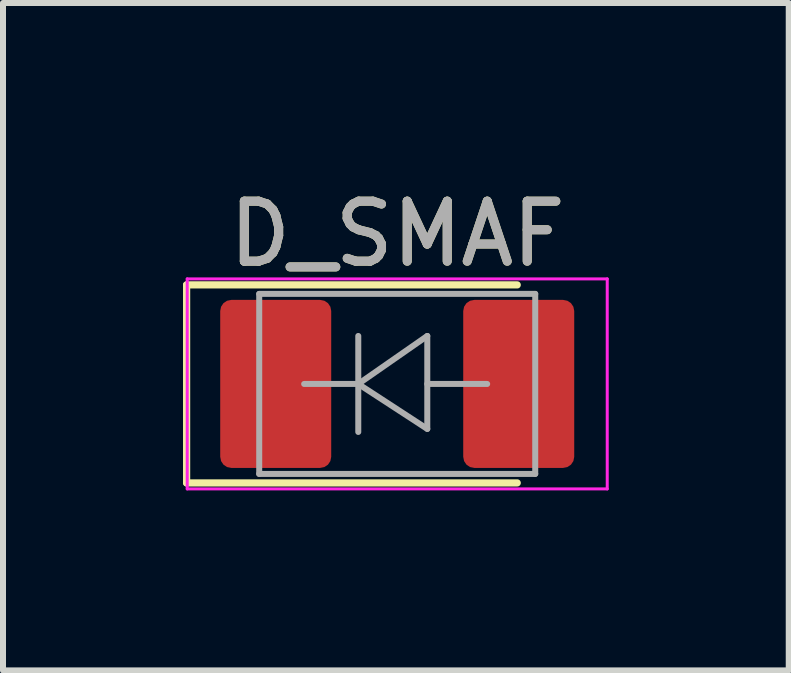
<source format=kicad_pcb>
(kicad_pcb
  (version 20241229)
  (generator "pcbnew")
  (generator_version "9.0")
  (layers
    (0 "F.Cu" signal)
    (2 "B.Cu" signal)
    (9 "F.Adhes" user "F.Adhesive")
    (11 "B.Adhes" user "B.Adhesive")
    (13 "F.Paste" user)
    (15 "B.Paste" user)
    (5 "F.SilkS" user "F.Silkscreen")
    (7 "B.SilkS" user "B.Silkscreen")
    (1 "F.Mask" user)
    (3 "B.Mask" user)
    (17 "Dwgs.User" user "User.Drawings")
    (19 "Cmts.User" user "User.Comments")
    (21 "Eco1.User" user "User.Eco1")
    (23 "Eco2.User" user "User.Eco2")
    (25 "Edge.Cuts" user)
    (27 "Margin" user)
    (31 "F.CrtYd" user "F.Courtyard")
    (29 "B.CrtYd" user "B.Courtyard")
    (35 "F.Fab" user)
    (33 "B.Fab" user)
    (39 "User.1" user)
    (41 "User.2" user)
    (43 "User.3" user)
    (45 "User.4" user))
  (footprint "D_SMAF"
    (layer "F.Cu")
    (at 3.57 3.348)
    (property "Reference" "D_SMAF" (at 0 -2.5 0) (layer "F.SilkS") (effects (font (size 1 1) (thickness 0.15))))
    (attr smd)
    (fp_line (start -3.51 -1.65) (end -3.51 1.65) (stroke (width 0.12) (type solid)) (layer "F.SilkS"))
    (fp_line (start -3.51 -1.65) (end 2 -1.65) (stroke (width 0.12) (type solid)) (layer "F.SilkS"))
    (fp_line (start -3.51 1.65) (end 2 1.65) (stroke (width 0.12) (type solid)) (layer "F.SilkS"))
    (fp_line (start -3.5 -1.75) (end 3.5 -1.75) (stroke (width 0.05) (type solid)) (layer "F.CrtYd"))
    (fp_line (start -3.5 1.75) (end -3.5 -1.75) (stroke (width 0.05) (type solid)) (layer "F.CrtYd"))
    (fp_line (start 3.5 -1.75) (end 3.5 1.75) (stroke (width 0.05) (type solid)) (layer "F.CrtYd"))
    (fp_line (start 3.5 1.75) (end -3.5 1.75) (stroke (width 0.05) (type solid)) (layer "F.CrtYd"))
    (fp_line (start -2.3 1.5) (end -2.3 -1.5) (stroke (width 0.1) (type solid)) (layer "F.Fab"))
    (fp_line (start -0.649 -0.799) (end -0.649 0.801) (stroke (width 0.1) (type solid)) (layer "F.Fab"))
    (fp_line (start -0.649 0.001) (end -1.551 0.001) (stroke (width 0.1) (type solid)) (layer "F.Fab"))
    (fp_line (start -0.649 0.001) (end 0.501 -0.799) (stroke (width 0.1) (type solid)) (layer "F.Fab"))
    (fp_line (start -0.649 0.001) (end 0.501 0.75) (stroke (width 0.1) (type solid)) (layer "F.Fab"))
    (fp_line (start 0.501 0.001) (end 1.499 0.001) (stroke (width 0.1) (type solid)) (layer "F.Fab"))
    (fp_line (start 0.501 0.75) (end 0.501 -0.799) (stroke (width 0.1) (type solid)) (layer "F.Fab"))
    (fp_line (start 2.3 -1.5) (end -2.3 -1.5) (stroke (width 0.1) (type solid)) (layer "F.Fab"))
    (fp_line (start 2.3 -1.5) (end 2.3 1.5) (stroke (width 0.1) (type solid)) (layer "F.Fab"))
    (fp_line (start 2.3 1.5) (end -2.3 1.5) (stroke (width 0.1) (type solid)) (layer "F.Fab"))
    (fp_text user "${REFERENCE}" (at 0 -2.5 0) (layer "F.Fab") (effects (font (size 1 1) (thickness 0.15))))
    (pad "1" smd roundrect (at -2.025 0) (size 1.85 2.8) (layers "F.Cu" "F.Mask" "F.Paste") (roundrect_rratio 0.1))
    (pad "2" smd roundrect (at 2.025 0) (size 1.85 2.8) (layers "F.Cu" "F.Mask" "F.Paste") (roundrect_rratio 0.1)))
  (gr_rect
    (start -3 -3)
    (end 10.095 8.123)
    (stroke (width 0.1) (type default))
    (fill no)
    (layer "Edge.Cuts")))
</source>
